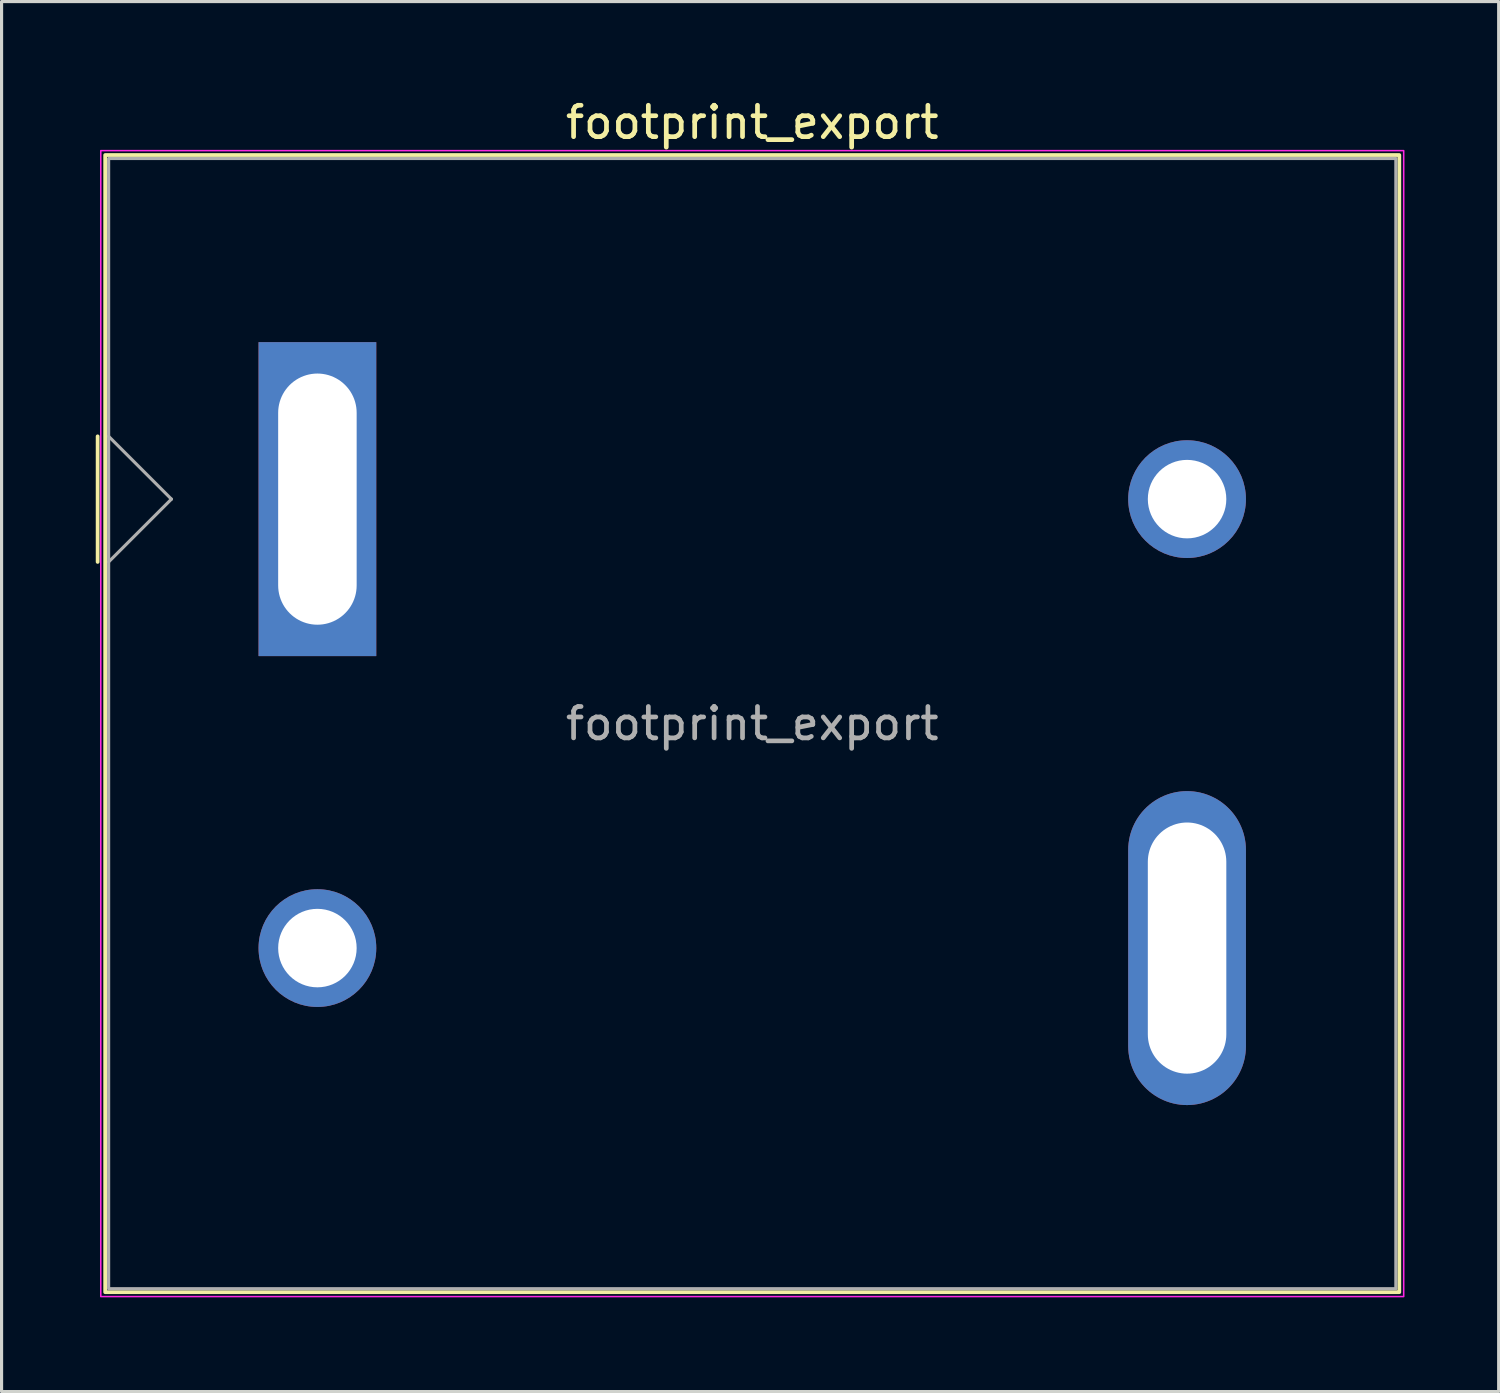
<source format=kicad_pcb>
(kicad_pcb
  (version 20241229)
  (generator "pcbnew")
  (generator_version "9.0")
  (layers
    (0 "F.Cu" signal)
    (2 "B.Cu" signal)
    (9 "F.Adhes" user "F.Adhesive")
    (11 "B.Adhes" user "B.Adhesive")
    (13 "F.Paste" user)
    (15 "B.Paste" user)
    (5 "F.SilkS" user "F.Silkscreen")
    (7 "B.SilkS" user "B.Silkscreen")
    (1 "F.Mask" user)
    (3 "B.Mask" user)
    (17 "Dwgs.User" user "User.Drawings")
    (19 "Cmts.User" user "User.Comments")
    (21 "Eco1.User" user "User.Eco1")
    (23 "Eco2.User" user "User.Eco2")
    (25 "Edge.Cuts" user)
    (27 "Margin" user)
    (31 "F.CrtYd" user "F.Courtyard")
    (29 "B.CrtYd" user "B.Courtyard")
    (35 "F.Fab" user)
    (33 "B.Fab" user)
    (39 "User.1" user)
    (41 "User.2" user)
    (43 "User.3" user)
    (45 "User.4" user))
  (footprint "footprint_export"
    (layer "F.Cu")
    (at 7.06 12.848)
    (property "Reference" "footprint_export" (at 13.85 -12 0) (unlocked yes) (layer "F.SilkS") (effects (font (size 1 1) (thickness 0.15))))
    (attr through_hole)
    (fp_line (start -7 2) (end -7 -2) (stroke (width 0.12) (type solid)) (layer "F.SilkS"))
    (fp_rect (start -6.76 -10.96) (end 34.46 25.26) (stroke (width 0.12) (type solid)) (fill no) (layer "F.SilkS"))
    (fp_rect (start -6.9 -11.1) (end 34.6 25.4) (stroke (width 0.05) (type solid)) (fill no) (layer "F.CrtYd"))
    (fp_line (start -6.65 -2) (end -4.65 0) (stroke (width 0.1) (type solid)) (layer "F.Fab"))
    (fp_line (start -4.65 0) (end -6.65 2) (stroke (width 0.1) (type solid)) (layer "F.Fab"))
    (fp_rect (start -6.65 -10.85) (end 34.35 25.15) (stroke (width 0.1) (type solid)) (fill no) (layer "F.Fab"))
    (fp_text user "${REFERENCE}" (at 13.85 7.15 0) (unlocked yes) (layer "F.Fab") (effects (font (size 1 1) (thickness 0.15))))
    (pad "" thru_hole circle (at 0 14.3) (size 3.75 3.75) (drill 2.5) (layers "*.Cu" "*.Mask"))
    (pad "" thru_hole circle (at 27.7 0) (size 3.75 3.75) (drill 2.5) (layers "*.Cu" "*.Mask"))
    (pad "1" thru_hole rect (at 0 0) (size 3.75 10) (drill oval 2.5 8) (layers "*.Cu" "*.Mask"))
    (pad "2" thru_hole oval (at 27.7 14.3) (size 3.75 10) (drill oval 2.5 8) (layers "*.Cu" "*.Mask")))
  (gr_rect
    (start -3 -3)
    (end 44.685 41.273)
    (stroke (width 0.1) (type default))
    (fill no)
    (layer "Edge.Cuts")))
</source>
